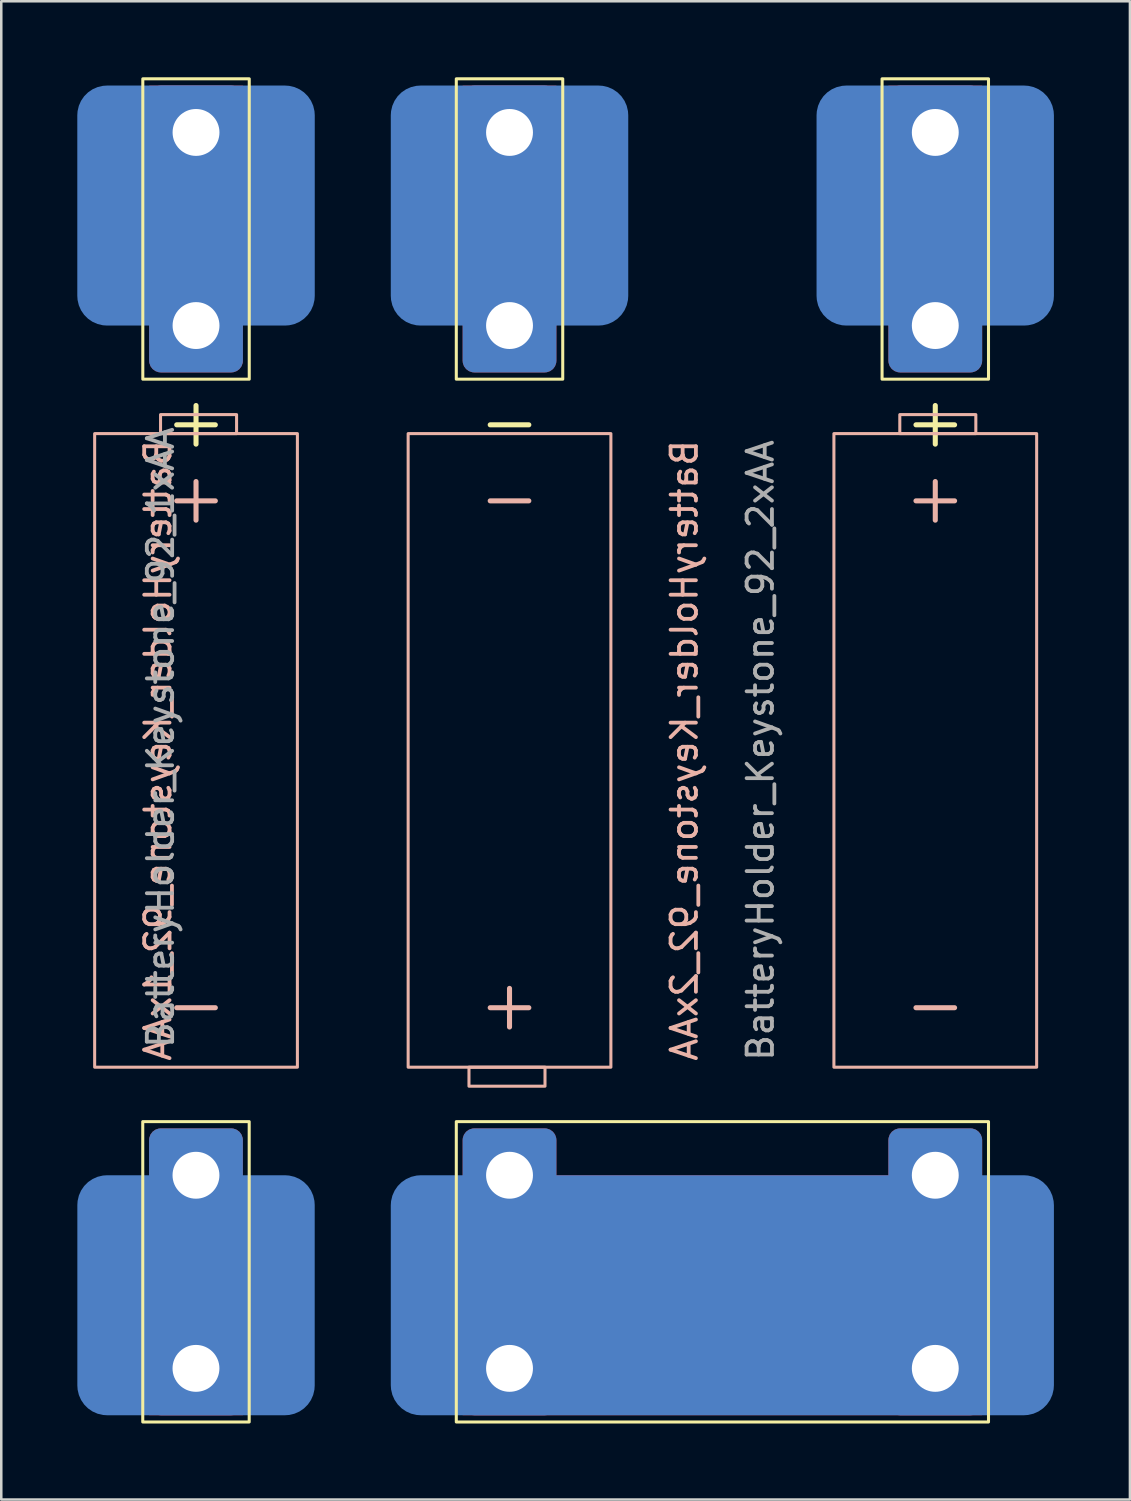
<source format=kicad_pcb>
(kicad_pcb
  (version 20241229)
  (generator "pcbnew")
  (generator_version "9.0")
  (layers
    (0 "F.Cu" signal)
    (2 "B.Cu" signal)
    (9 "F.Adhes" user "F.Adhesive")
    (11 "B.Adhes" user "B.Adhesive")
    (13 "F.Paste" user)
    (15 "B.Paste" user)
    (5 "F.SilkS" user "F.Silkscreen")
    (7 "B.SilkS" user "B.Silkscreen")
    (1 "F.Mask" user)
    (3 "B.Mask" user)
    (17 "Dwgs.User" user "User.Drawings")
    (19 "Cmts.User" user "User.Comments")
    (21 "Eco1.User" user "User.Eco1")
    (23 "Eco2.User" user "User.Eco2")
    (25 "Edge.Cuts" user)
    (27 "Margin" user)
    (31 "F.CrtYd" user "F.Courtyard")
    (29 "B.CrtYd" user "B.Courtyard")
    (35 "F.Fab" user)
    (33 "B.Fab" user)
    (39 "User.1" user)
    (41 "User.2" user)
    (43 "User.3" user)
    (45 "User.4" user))
  (footprint "BatteryHolder_Keystone_92_2xAA"
    (layer "F.Cu")
    (at 25.455 26.56)
    (property "Reference" "BatteryHolder_Keystone_92_2xAA" (at -1.5 0 90) (unlocked yes) (layer "B.SilkS") (effects (font (size 1 1) (thickness 0.15)) (justify mirror)))
    (attr through_hole)
    (fp_rect (start -10.5 -26.5) (end -6.3 -14.648) (stroke (width 0.12) (type solid)) (fill no) (layer "F.SilkS"))
    (fp_rect (start -10.5 14.648) (end 10.5 26.5) (stroke (width 0.12) (type solid)) (fill no) (layer "F.SilkS"))
    (fp_rect (start 10.5 -26.5) (end 6.3 -14.648) (stroke (width 0.12) (type solid)) (fill no) (layer "F.SilkS"))
    (fp_rect (start -7 12.5) (end -10 13.25) (stroke (width 0.12) (type solid)) (fill no) (layer "B.SilkS"))
    (fp_rect (start -4.4 12.5) (end -12.4 -12.5) (stroke (width 0.12) (type solid)) (fill no) (layer "B.SilkS"))
    (fp_rect (start 4.4 12.5) (end 12.4 -12.5) (stroke (width 0.12) (type solid)) (fill no) (layer "B.SilkS"))
    (fp_rect (start 7 -12.5) (end 10 -13.25) (stroke (width 0.12) (type solid)) (fill no) (layer "B.SilkS"))
    (fp_text user "+" (at 8.4 -13 0) (unlocked yes) (layer "F.SilkS") (effects (font (size 2 2) (thickness 0.2))))
    (fp_text user "-" (at -8.4 -13 0) (unlocked yes) (layer "F.SilkS") (effects (font (size 2 2) (thickness 0.2))))
    (fp_text user "+" (at -8.4 10 0) (unlocked yes) (layer "B.SilkS") (effects (font (size 2 2) (thickness 0.2))))
    (fp_text user "-" (at 8.4 10 0) (unlocked yes) (layer "B.SilkS") (effects (font (size 2 2) (thickness 0.2))))
    (fp_text user "-" (at -8.4 -10 0) (unlocked yes) (layer "B.SilkS") (effects (font (size 2 2) (thickness 0.2))))
    (fp_text user "+" (at 8.4 -10 0) (unlocked yes) (layer "B.SilkS") (effects (font (size 2 2) (thickness 0.2))))
    (fp_text user "${REFERENCE}" (at 1.5 0 90) (unlocked yes) (layer "F.Fab") (effects (font (size 1 1) (thickness 0.15))))
    (pad "" thru_hole roundrect (at -8.4 16.764) (size 3.7 3.7) (drill 1.85) (layers "*.Cu" "*.Mask") (remove_unused_layers yes) (keep_end_layers yes) (zone_layer_connections) (roundrect_rratio 0.125))
    (pad "" thru_hole roundrect (at -8.4 24.384) (size 3.7 3.7) (drill 1.85) (layers "*.Cu" "*.Mask") (remove_unused_layers yes) (keep_end_layers yes) (zone_layer_connections) (roundrect_rratio 0.125))
    (pad "" smd roundrect (at -0.002 21.499) (size 26.166 9.47) (layers "B.Cu" "B.Mask" "B.Paste") (roundrect_rratio 0.125))
    (pad "" smd rect (at 0 21.499) (size 20.5 9.47) (layers "F.Cu" "F.Mask" "F.Paste"))
    (pad "" thru_hole roundrect (at 8.4 16.764) (size 3.7 3.7) (drill 1.85) (layers "*.Cu" "*.Mask") (remove_unused_layers yes) (keep_end_layers yes) (zone_layer_connections) (roundrect_rratio 0.125))
    (pad "" thru_hole roundrect (at 8.4 24.384) (size 3.7 3.7) (drill 1.85) (layers "*.Cu" "*.Mask") (remove_unused_layers yes) (keep_end_layers yes) (zone_layer_connections) (roundrect_rratio 0.125))
    (pad "1" thru_hole roundrect (at -8.4 -24.384) (size 3.7 3.7) (drill 1.85) (layers "*.Cu" "*.Mask") (remove_unused_layers yes) (keep_end_layers yes) (zone_layer_connections) (roundrect_rratio 0.125))
    (pad "1" smd rect (at -8.4 -21.499) (size 3.7 9.47) (layers "F.Cu" "F.Mask" "F.Paste"))
    (pad "1" smd roundrect (at -8.4 -21.499) (size 9.37 9.47) (layers "B.Cu" "B.Mask" "B.Paste") (roundrect_rratio 0.125))
    (pad "1" thru_hole roundrect (at -8.4 -16.764) (size 3.7 3.7) (drill 1.85) (layers "*.Cu" "*.Mask") (roundrect_rratio 0.125))
    (pad "2" smd roundrect (at 8.398 -21.499) (size 9.366 9.47) (layers "B.Cu" "B.Mask" "B.Paste") (roundrect_rratio 0.125))
    (pad "2" thru_hole roundrect (at 8.4 -24.384) (size 3.7 3.7) (drill 1.85) (layers "*.Cu" "*.Mask") (remove_unused_layers yes) (keep_end_layers yes) (zone_layer_connections) (roundrect_rratio 0.125))
    (pad "2" smd rect (at 8.4 -21.499) (size 3.7 9.47) (layers "F.Cu" "F.Mask" "F.Paste"))
    (pad "2" thru_hole roundrect (at 8.4 -16.764) (size 3.7 3.7) (drill 1.85) (layers "*.Cu" "*.Mask") (roundrect_rratio 0.125)))
  (footprint "BatteryHolder_Keystone_92_1xAA"
    (layer "F.Cu")
    (at 4.685 26.56)
    (property "Reference" "BatteryHolder_Keystone_92_1xAA" (at -1.5 0 90) (unlocked yes) (layer "B.SilkS") (effects (font (size 1 1) (thickness 0.15)) (justify mirror)))
    (attr through_hole)
    (fp_rect (start -2.102 26.5) (end 2.098 14.648) (stroke (width 0.12) (type solid)) (fill no) (layer "F.SilkS"))
    (fp_rect (start -2.1 -26.5) (end 2.1 -14.648) (stroke (width 0.12) (type solid)) (fill no) (layer "F.SilkS"))
    (fp_rect (start -4 12.5) (end 4 -12.5) (stroke (width 0.12) (type solid)) (fill no) (layer "B.SilkS"))
    (fp_rect (start -1.4 -12.5) (end 1.6 -13.25) (stroke (width 0.12) (type solid)) (fill no) (layer "B.SilkS"))
    (fp_text user "+" (at 0 -13 0) (unlocked yes) (layer "F.SilkS") (effects (font (size 2 2) (thickness 0.2))))
    (fp_text user "+" (at 0 -10 0) (unlocked yes) (layer "B.SilkS") (effects (font (size 2 2) (thickness 0.2))))
    (fp_text user "-" (at 0 10 0) (unlocked yes) (layer "B.SilkS") (effects (font (size 2 2) (thickness 0.2))))
    (fp_text user "${REFERENCE}" (at -1.397 -0.508 90) (unlocked yes) (layer "F.Fab") (effects (font (size 1 1) (thickness 0.15))))
    (pad "1" thru_hole roundrect (at 0 -24.384) (size 3.7 3.7) (drill 1.85) (layers "*.Cu" "*.Mask") (remove_unused_layers yes) (keep_end_layers yes) (zone_layer_connections) (roundrect_rratio 0.125))
    (pad "1" smd rect (at 0 -21.499) (size 3.7 9.47) (layers "F.Cu" "F.Mask" "F.Paste"))
    (pad "1" smd roundrect (at 0 -21.499) (size 9.37 9.47) (layers "B.Cu" "B.Mask" "B.Paste") (roundrect_rratio 0.125))
    (pad "1" thru_hole roundrect (at 0 -16.764) (size 3.7 3.7) (drill 1.85) (layers "*.Cu" "*.Mask") (roundrect_rratio 0.125))
    (pad "2" thru_hole roundrect (at -0.002 16.764 180) (size 3.7 3.7) (drill 1.85) (layers "*.Cu" "*.Mask") (roundrect_rratio 0.125))
    (pad "2" smd rect (at -0.002 21.499 180) (size 3.7 9.47) (layers "F.Cu" "F.Mask" "F.Paste"))
    (pad "2" thru_hole roundrect (at -0.002 24.384 180) (size 3.7 3.7) (drill 1.85) (layers "*.Cu" "*.Mask") (remove_unused_layers yes) (keep_end_layers yes) (zone_layer_connections) (roundrect_rratio 0.125))
    (pad "2" smd roundrect (at 0 21.499 180) (size 9.366 9.47) (layers "B.Cu" "B.Mask" "B.Paste") (roundrect_rratio 0.125)))
  (gr_rect
    (start -3 -3)
    (end 41.536 56.12)
    (stroke (width 0.1) (type default))
    (fill no)
    (layer "Edge.Cuts")))
</source>
